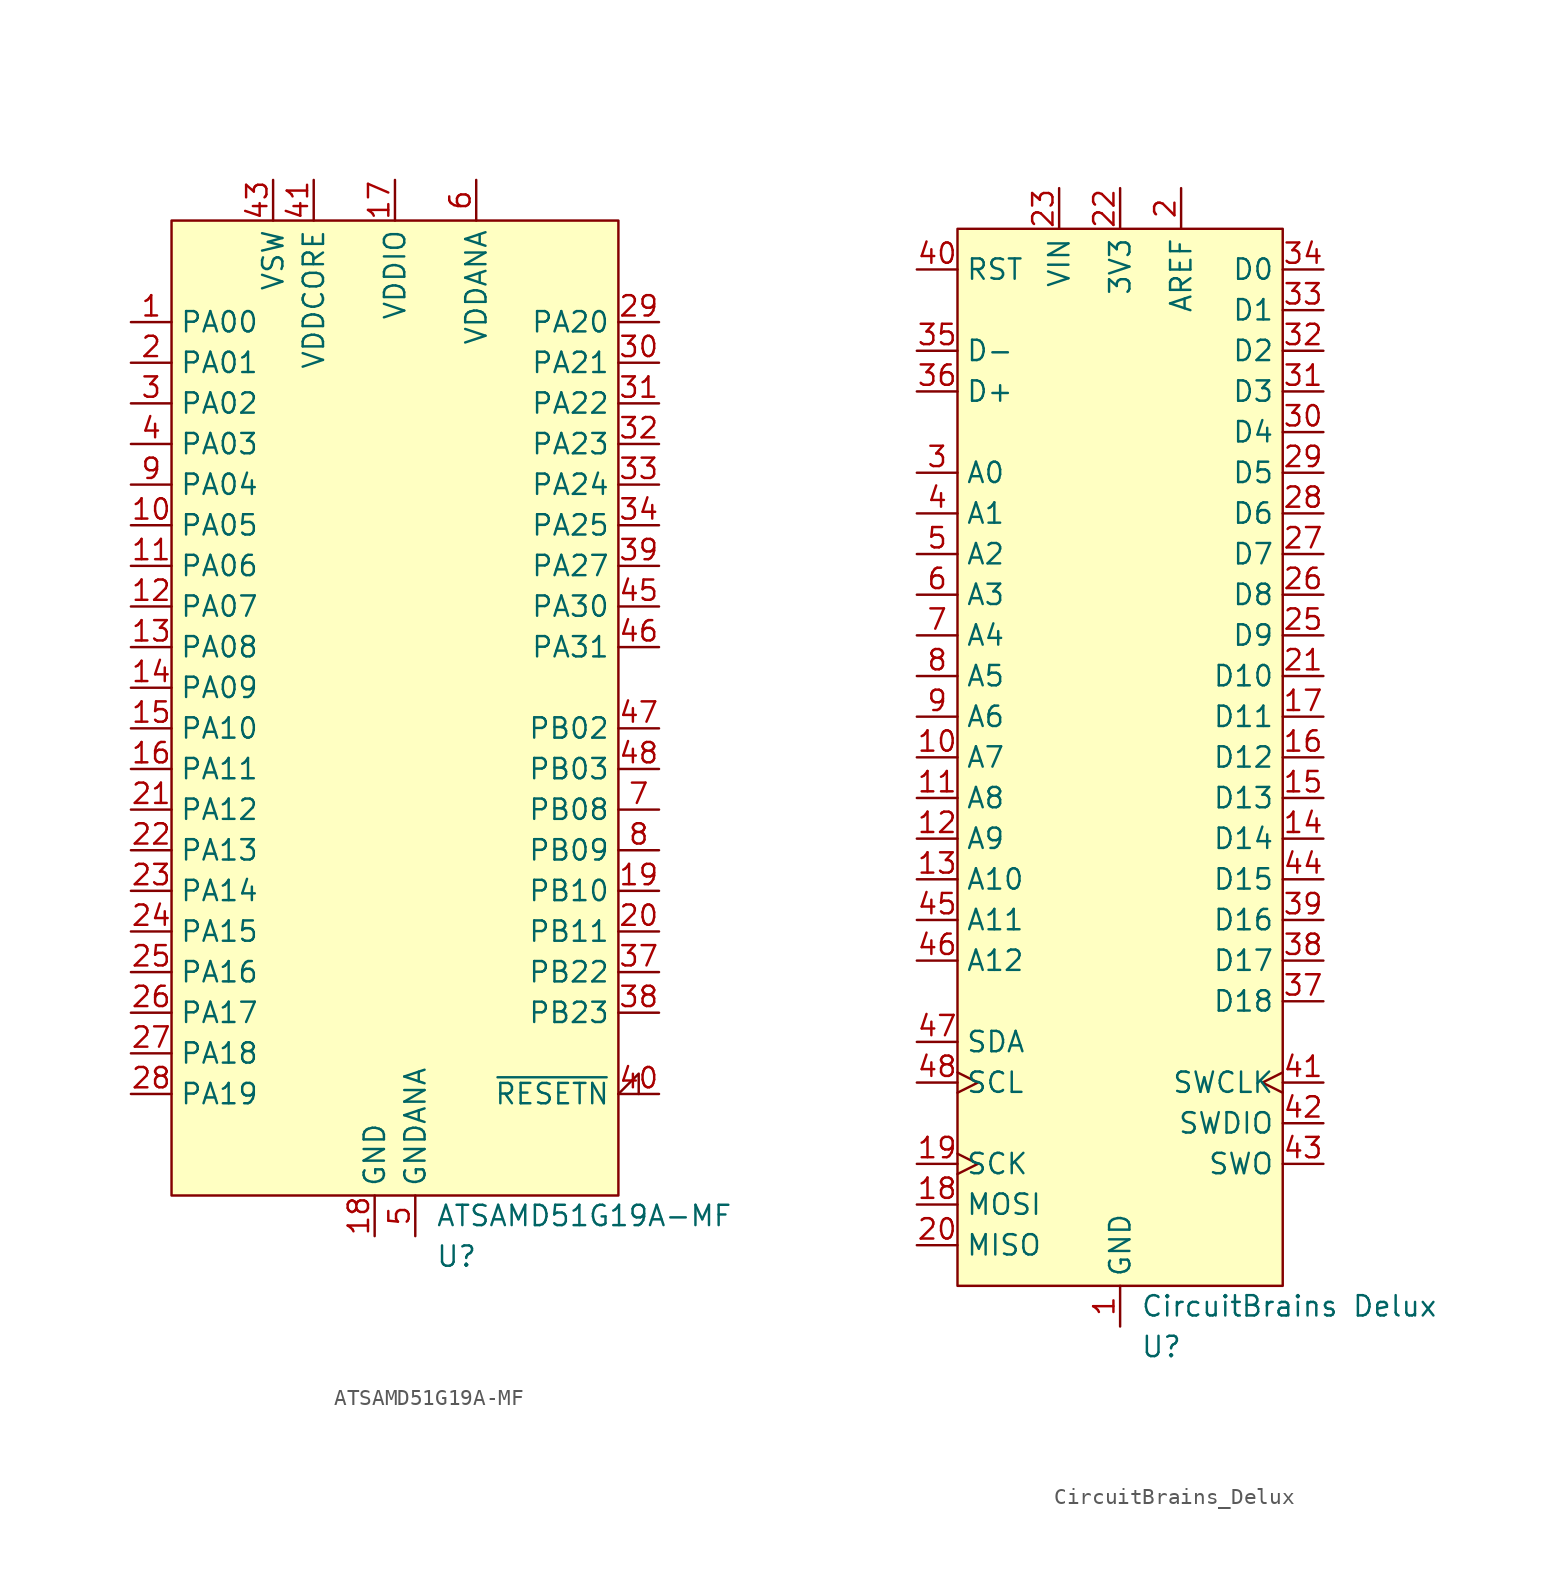
<source format=kicad_sym>
(kicad_symbol_lib
  (version 20231120)
  (generator "kicad_symbol_editor")
  (generator_version "8.0")
  (symbol "ATSAMD51G19A-MF"
    (property "Reference" "U"
      (at 2.54 -34.29 0)
      (effects (font (size 1.27 1.27)) (justify left)))
    (property "Value" "ATSAMD51G19A-MF"
      (at 2.54 -31.75 0)
      (effects (font (size 1.27 1.27)) (justify left)))
    (symbol "ATSAMD51G19A-MF_0_0"
      (pin bidirectional line (at -16.51 24.13 0) (length 2.54) (name "PA00" (effects (font (size 1.27 1.27)))) (number "1" (effects (font (size 1.27 1.27)))) (alternate "EINT0" bidirectional line) (alternate "SERCOM1.0" bidirectional line))
      (pin bidirectional line (at -16.51 11.43 0) (length 2.54) (name "PA05" (effects (font (size 1.27 1.27)))) (number "10" (effects (font (size 1.27 1.27)))))
      (pin bidirectional line (at -16.51 8.89 0) (length 2.54) (name "PA06" (effects (font (size 1.27 1.27)))) (number "11" (effects (font (size 1.27 1.27)))))
      (pin bidirectional line (at -16.51 6.35 0) (length 2.54) (name "PA07" (effects (font (size 1.27 1.27)))) (number "12" (effects (font (size 1.27 1.27)))))
      (pin bidirectional line (at -16.51 3.81 0) (length 2.54) (name "PA08" (effects (font (size 1.27 1.27)))) (number "13" (effects (font (size 1.27 1.27)))))
      (pin bidirectional line (at -16.51 1.27 0) (length 2.54) (name "PA09" (effects (font (size 1.27 1.27)))) (number "14" (effects (font (size 1.27 1.27)))))
      (pin bidirectional line (at -16.51 -1.27 0) (length 2.54) (name "PA10" (effects (font (size 1.27 1.27)))) (number "15" (effects (font (size 1.27 1.27)))))
      (pin bidirectional line (at -16.51 -3.81 0) (length 2.54) (name "PA11" (effects (font (size 1.27 1.27)))) (number "16" (effects (font (size 1.27 1.27)))))
      (pin power_out line (at 0 33.02 270) (length 2.54) (name "VDDIO" (effects (font (size 1.27 1.27)))) (number "17" (effects (font (size 1.27 1.27)))))
      (pin passive line (at -1.27 -33.02 90) (length 2.54) (name "GND" (effects (font (size 1.27 1.27)))) (number "18" (effects (font (size 1.27 1.27)))))
      (pin bidirectional line (at 16.51 -11.43 180) (length 2.54) (name "PB10" (effects (font (size 1.27 1.27)))) (number "19" (effects (font (size 1.27 1.27)))))
      (pin bidirectional line (at -16.51 21.59 0) (length 2.54) (name "PA01" (effects (font (size 1.27 1.27)))) (number "2" (effects (font (size 1.27 1.27)))) (alternate "EINT1" bidirectional line) (alternate "SERCOM1.1" bidirectional line))
      (pin bidirectional line (at 16.51 -13.97 180) (length 2.54) (name "PB11" (effects (font (size 1.27 1.27)))) (number "20" (effects (font (size 1.27 1.27)))))
      (pin bidirectional line (at -16.51 -6.35 0) (length 2.54) (name "PA12" (effects (font (size 1.27 1.27)))) (number "21" (effects (font (size 1.27 1.27)))))
      (pin bidirectional line (at -16.51 -8.89 0) (length 2.54) (name "PA13" (effects (font (size 1.27 1.27)))) (number "22" (effects (font (size 1.27 1.27)))))
      (pin bidirectional line (at -16.51 -11.43 0) (length 2.54) (name "PA14" (effects (font (size 1.27 1.27)))) (number "23" (effects (font (size 1.27 1.27)))))
      (pin bidirectional line (at -16.51 -13.97 0) (length 2.54) (name "PA15" (effects (font (size 1.27 1.27)))) (number "24" (effects (font (size 1.27 1.27)))))
      (pin bidirectional line (at -16.51 -16.51 0) (length 2.54) (name "PA16" (effects (font (size 1.27 1.27)))) (number "25" (effects (font (size 1.27 1.27)))))
      (pin bidirectional line (at -16.51 -19.05 0) (length 2.54) (name "PA17" (effects (font (size 1.27 1.27)))) (number "26" (effects (font (size 1.27 1.27)))))
      (pin bidirectional line (at -16.51 -21.59 0) (length 2.54) (name "PA18" (effects (font (size 1.27 1.27)))) (number "27" (effects (font (size 1.27 1.27)))))
      (pin bidirectional line (at -16.51 -24.13 0) (length 2.54) (name "PA19" (effects (font (size 1.27 1.27)))) (number "28" (effects (font (size 1.27 1.27)))))
      (pin bidirectional line (at 16.51 24.13 180) (length 2.54) (name "PA20" (effects (font (size 1.27 1.27)))) (number "29" (effects (font (size 1.27 1.27)))))
      (pin bidirectional line (at -16.51 19.05 0) (length 2.54) (name "PA02" (effects (font (size 1.27 1.27)))) (number "3" (effects (font (size 1.27 1.27)))) (alternate "AIN0" bidirectional line) (alternate "EINT2" bidirectional line) (alternate "VOUT0" bidirectional line))
      (pin bidirectional line (at 16.51 21.59 180) (length 2.54) (name "PA21" (effects (font (size 1.27 1.27)))) (number "30" (effects (font (size 1.27 1.27)))))
      (pin bidirectional line (at 16.51 19.05 180) (length 2.54) (name "PA22" (effects (font (size 1.27 1.27)))) (number "31" (effects (font (size 1.27 1.27)))))
      (pin bidirectional line (at 16.51 16.51 180) (length 2.54) (name "PA23" (effects (font (size 1.27 1.27)))) (number "32" (effects (font (size 1.27 1.27)))))
      (pin bidirectional line (at 16.51 13.97 180) (length 2.54) (name "PA24" (effects (font (size 1.27 1.27)))) (number "33" (effects (font (size 1.27 1.27)))))
      (pin bidirectional line (at 16.51 11.43 180) (length 2.54) (name "PA25" (effects (font (size 1.27 1.27)))) (number "34" (effects (font (size 1.27 1.27)))))
      (pin passive line (at -1.27 -33.02 90) (length 2.54) hide (name "GND" (effects (font (size 1.27 1.27)))) (number "35" (effects (font (size 1.27 1.27)))))
      (pin power_in line (at 0 33.02 270) (length 2.54) hide (name "VDDIO" (effects (font (size 1.27 1.27)))) (number "36" (effects (font (size 1.27 1.27)))))
      (pin bidirectional line (at 16.51 -16.51 180) (length 2.54) (name "PB22" (effects (font (size 1.27 1.27)))) (number "37" (effects (font (size 1.27 1.27)))))
      (pin bidirectional line (at 16.51 -19.05 180) (length 2.54) (name "PB23" (effects (font (size 1.27 1.27)))) (number "38" (effects (font (size 1.27 1.27)))))
      (pin bidirectional line (at 16.51 8.89 180) (length 2.54) (name "PA27" (effects (font (size 1.27 1.27)))) (number "39" (effects (font (size 1.27 1.27)))))
      (pin bidirectional line (at -16.51 16.51 0) (length 2.54) (name "PA03" (effects (font (size 1.27 1.27)))) (number "4" (effects (font (size 1.27 1.27)))))
      (pin input input_low (at 16.51 -24.13 180) (length 2.54) (name "~{RESETN}" (effects (font (size 1.27 1.27)))) (number "40" (effects (font (size 1.27 1.27)))))
      (pin output line (at -5.08 33.02 270) (length 2.54) (name "VDDCORE" (effects (font (size 1.27 1.27)))) (number "41" (effects (font (size 1.27 1.27)))))
      (pin passive line (at -1.27 -33.02 90) (length 2.54) hide (name "GND" (effects (font (size 1.27 1.27)))) (number "42" (effects (font (size 1.27 1.27)))))
      (pin bidirectional line (at -7.62 33.02 270) (length 2.54) (name "VSW" (effects (font (size 1.27 1.27)))) (number "43" (effects (font (size 1.27 1.27)))))
      (pin power_in line (at 0 33.02 270) (length 2.54) hide (name "VDDIO" (effects (font (size 1.27 1.27)))) (number "44" (effects (font (size 1.27 1.27)))))
      (pin bidirectional line (at 16.51 6.35 180) (length 2.54) (name "PA30" (effects (font (size 1.27 1.27)))) (number "45" (effects (font (size 1.27 1.27)))))
      (pin bidirectional line (at 16.51 3.81 180) (length 2.54) (name "PA31" (effects (font (size 1.27 1.27)))) (number "46" (effects (font (size 1.27 1.27)))))
      (pin bidirectional line (at 16.51 -1.27 180) (length 2.54) (name "PB02" (effects (font (size 1.27 1.27)))) (number "47" (effects (font (size 1.27 1.27)))))
      (pin bidirectional line (at 16.51 -3.81 180) (length 2.54) (name "PB03" (effects (font (size 1.27 1.27)))) (number "48" (effects (font (size 1.27 1.27)))))
      (pin passive line (at 1.27 -33.02 90) (length 2.54) (name "GNDANA" (effects (font (size 1.27 1.27)))) (number "5" (effects (font (size 1.27 1.27)))))
      (pin power_in line (at 5.08 33.02 270) (length 2.54) (name "VDDANA" (effects (font (size 1.27 1.27)))) (number "6" (effects (font (size 1.27 1.27)))))
      (pin bidirectional line (at 16.51 -6.35 180) (length 2.54) (name "PB08" (effects (font (size 1.27 1.27)))) (number "7" (effects (font (size 1.27 1.27)))))
      (pin bidirectional line (at 16.51 -8.89 180) (length 2.54) (name "PB09" (effects (font (size 1.27 1.27)))) (number "8" (effects (font (size 1.27 1.27)))))
      (pin bidirectional line (at -16.51 13.97 0) (length 2.54) (name "PA04" (effects (font (size 1.27 1.27)))) (number "9" (effects (font (size 1.27 1.27))))))
    (symbol "ATSAMD51G19A-MF_0_1"
      (rectangle (start -13.97 30.48) (end 13.97 -30.48) (stroke (width 0) (type default)) (fill (type background)))))
  (symbol "CircuitBrains_Delux"
    (property "Reference" "U"
      (at 1.27 -69.85 0)
      (effects (font (size 1.27 1.27)) (justify left)))
    (property "Value" "CircuitBrains Delux"
      (at 1.27 -67.31 0)
      (effects (font (size 1.27 1.27)) (justify left)))
    (symbol "CircuitBrains_Delux_0_1"
      (rectangle (start -10.16 0) (end 10.16 -66.04) (stroke (width 0) (type default)) (fill (type background))))
    (symbol "CircuitBrains_Delux_1_0"
      (pin passive line (at 0 -68.58 90) (length 2.54) (name "GND" (effects (font (size 1.27 1.27)))) (number "1" (effects (font (size 1.27 1.27)))))
      (pin bidirectional line (at -12.7 -33.02 0) (length 2.54) (name "A7" (effects (font (size 1.27 1.27)))) (number "10" (effects (font (size 1.27 1.27)))))
      (pin bidirectional line (at -12.7 -35.56 0) (length 2.54) (name "A8" (effects (font (size 1.27 1.27)))) (number "11" (effects (font (size 1.27 1.27)))))
      (pin bidirectional line (at -12.7 -38.1 0) (length 2.54) (name "A9" (effects (font (size 1.27 1.27)))) (number "12" (effects (font (size 1.27 1.27)))))
      (pin bidirectional line (at -12.7 -40.64 0) (length 2.54) (name "A10" (effects (font (size 1.27 1.27)))) (number "13" (effects (font (size 1.27 1.27)))))
      (pin bidirectional line (at 12.7 -38.1 180) (length 2.54) (name "D14" (effects (font (size 1.27 1.27)))) (number "14" (effects (font (size 1.27 1.27)))))
      (pin bidirectional line (at 12.7 -35.56 180) (length 2.54) (name "D13" (effects (font (size 1.27 1.27)))) (number "15" (effects (font (size 1.27 1.27)))))
      (pin bidirectional line (at 12.7 -33.02 180) (length 2.54) (name "D12" (effects (font (size 1.27 1.27)))) (number "16" (effects (font (size 1.27 1.27)))))
      (pin bidirectional line (at 12.7 -30.48 180) (length 2.54) (name "D11" (effects (font (size 1.27 1.27)))) (number "17" (effects (font (size 1.27 1.27)))))
      (pin input line (at -12.7 -60.96 0) (length 2.54) (name "MOSI" (effects (font (size 1.27 1.27)))) (number "18" (effects (font (size 1.27 1.27)))))
      (pin output clock (at -12.7 -58.42 0) (length 2.54) (name "SCK" (effects (font (size 1.27 1.27)))) (number "19" (effects (font (size 1.27 1.27)))))
      (pin input line (at -12.7 -63.5 0) (length 2.54) (name "MISO" (effects (font (size 1.27 1.27)))) (number "20" (effects (font (size 1.27 1.27)))))
      (pin bidirectional line (at 12.7 -27.94 180) (length 2.54) (name "D10" (effects (font (size 1.27 1.27)))) (number "21" (effects (font (size 1.27 1.27)))))
      (pin power_out line (at 0 2.54 270) (length 2.54) (name "3V3" (effects (font (size 1.27 1.27)))) (number "22" (effects (font (size 1.27 1.27)))))
      (pin power_in line (at -3.81 2.54 270) (length 2.54) (name "VIN" (effects (font (size 1.27 1.27)))) (number "23" (effects (font (size 1.27 1.27)))))
      (pin passive line (at 0 -68.58 90) (length 2.54) hide (name "GND" (effects (font (size 1.27 1.27)))) (number "24" (effects (font (size 1.27 1.27)))))
      (pin bidirectional line (at 12.7 -25.4 180) (length 2.54) (name "D9" (effects (font (size 1.27 1.27)))) (number "25" (effects (font (size 1.27 1.27)))))
      (pin bidirectional line (at 12.7 -22.86 180) (length 2.54) (name "D8" (effects (font (size 1.27 1.27)))) (number "26" (effects (font (size 1.27 1.27)))))
      (pin bidirectional line (at 12.7 -20.32 180) (length 2.54) (name "D7" (effects (font (size 1.27 1.27)))) (number "27" (effects (font (size 1.27 1.27)))))
      (pin bidirectional line (at 12.7 -17.78 180) (length 2.54) (name "D6" (effects (font (size 1.27 1.27)))) (number "28" (effects (font (size 1.27 1.27)))))
      (pin bidirectional line (at 12.7 -15.24 180) (length 2.54) (name "D5" (effects (font (size 1.27 1.27)))) (number "29" (effects (font (size 1.27 1.27)))))
      (pin bidirectional line (at 12.7 -12.7 180) (length 2.54) (name "D4" (effects (font (size 1.27 1.27)))) (number "30" (effects (font (size 1.27 1.27)))))
      (pin bidirectional line (at 12.7 -10.16 180) (length 2.54) (name "D3" (effects (font (size 1.27 1.27)))) (number "31" (effects (font (size 1.27 1.27)))))
      (pin bidirectional line (at 12.7 -7.62 180) (length 2.54) (name "D2" (effects (font (size 1.27 1.27)))) (number "32" (effects (font (size 1.27 1.27)))))
      (pin bidirectional line (at 12.7 -5.08 180) (length 2.54) (name "D1" (effects (font (size 1.27 1.27)))) (number "33" (effects (font (size 1.27 1.27)))))
      (pin bidirectional line (at 12.7 -2.54 180) (length 2.54) (name "D0" (effects (font (size 1.27 1.27)))) (number "34" (effects (font (size 1.27 1.27)))))
      (pin bidirectional line (at -12.7 -7.62 0) (length 2.54) (name "D-" (effects (font (size 1.27 1.27)))) (number "35" (effects (font (size 1.27 1.27)))))
      (pin bidirectional line (at -12.7 -10.16 0) (length 2.54) (name "D+" (effects (font (size 1.27 1.27)))) (number "36" (effects (font (size 1.27 1.27)))))
      (pin bidirectional line (at 12.7 -48.26 180) (length 2.54) (name "D18" (effects (font (size 1.27 1.27)))) (number "37" (effects (font (size 1.27 1.27)))))
      (pin bidirectional line (at 12.7 -45.72 180) (length 2.54) (name "D17" (effects (font (size 1.27 1.27)))) (number "38" (effects (font (size 1.27 1.27)))))
      (pin bidirectional line (at 12.7 -43.18 180) (length 2.54) (name "D16" (effects (font (size 1.27 1.27)))) (number "39" (effects (font (size 1.27 1.27)))))
      (pin bidirectional line (at -12.7 -2.54 0) (length 2.54) (name "RST" (effects (font (size 1.27 1.27)))) (number "40" (effects (font (size 1.27 1.27)))))
      (pin input clock (at 12.7 -53.34 180) (length 2.54) (name "SWCLK" (effects (font (size 1.27 1.27)))) (number "41" (effects (font (size 1.27 1.27)))))
      (pin bidirectional line (at 12.7 -55.88 180) (length 2.54) (name "SWDIO" (effects (font (size 1.27 1.27)))) (number "42" (effects (font (size 1.27 1.27)))))
      (pin bidirectional line (at 12.7 -58.42 180) (length 2.54) (name "SWO" (effects (font (size 1.27 1.27)))) (number "43" (effects (font (size 1.27 1.27)))))
      (pin bidirectional line (at 12.7 -40.64 180) (length 2.54) (name "D15" (effects (font (size 1.27 1.27)))) (number "44" (effects (font (size 1.27 1.27)))))
      (pin bidirectional line (at -12.7 -43.18 0) (length 2.54) (name "A11" (effects (font (size 1.27 1.27)))) (number "45" (effects (font (size 1.27 1.27)))))
      (pin bidirectional line (at -12.7 -45.72 0) (length 2.54) (name "A12" (effects (font (size 1.27 1.27)))) (number "46" (effects (font (size 1.27 1.27)))))
      (pin bidirectional line (at -12.7 -50.8 0) (length 2.54) (name "SDA" (effects (font (size 1.27 1.27)))) (number "47" (effects (font (size 1.27 1.27)))))
      (pin output clock (at -12.7 -53.34 0) (length 2.54) (name "SCL" (effects (font (size 1.27 1.27)))) (number "48" (effects (font (size 1.27 1.27)))))
      (pin bidirectional line (at -12.7 -22.86 0) (length 2.54) (name "A3" (effects (font (size 1.27 1.27)))) (number "6" (effects (font (size 1.27 1.27)))))
      (pin bidirectional line (at -12.7 -25.4 0) (length 2.54) (name "A4" (effects (font (size 1.27 1.27)))) (number "7" (effects (font (size 1.27 1.27)))))
      (pin bidirectional line (at -12.7 -27.94 0) (length 2.54) (name "A5" (effects (font (size 1.27 1.27)))) (number "8" (effects (font (size 1.27 1.27)))))
      (pin bidirectional line (at -12.7 -30.48 0) (length 2.54) (name "A6" (effects (font (size 1.27 1.27)))) (number "9" (effects (font (size 1.27 1.27))))))
    (symbol "CircuitBrains_Delux_1_1"
      (pin power_out line (at 3.81 2.54 270) (length 2.54) (name "AREF" (effects (font (size 1.27 1.27)))) (number "2" (effects (font (size 1.27 1.27)))))
      (pin bidirectional line (at -12.7 -15.24 0) (length 2.54) (name "A0" (effects (font (size 1.27 1.27)))) (number "3" (effects (font (size 1.27 1.27)))))
      (pin bidirectional line (at -12.7 -17.78 0) (length 2.54) (name "A1" (effects (font (size 1.27 1.27)))) (number "4" (effects (font (size 1.27 1.27)))))
      (pin bidirectional line (at -12.7 -20.32 0) (length 2.54) (name "A2" (effects (font (size 1.27 1.27)))) (number "5" (effects (font (size 1.27 1.27))))))))
</source>
